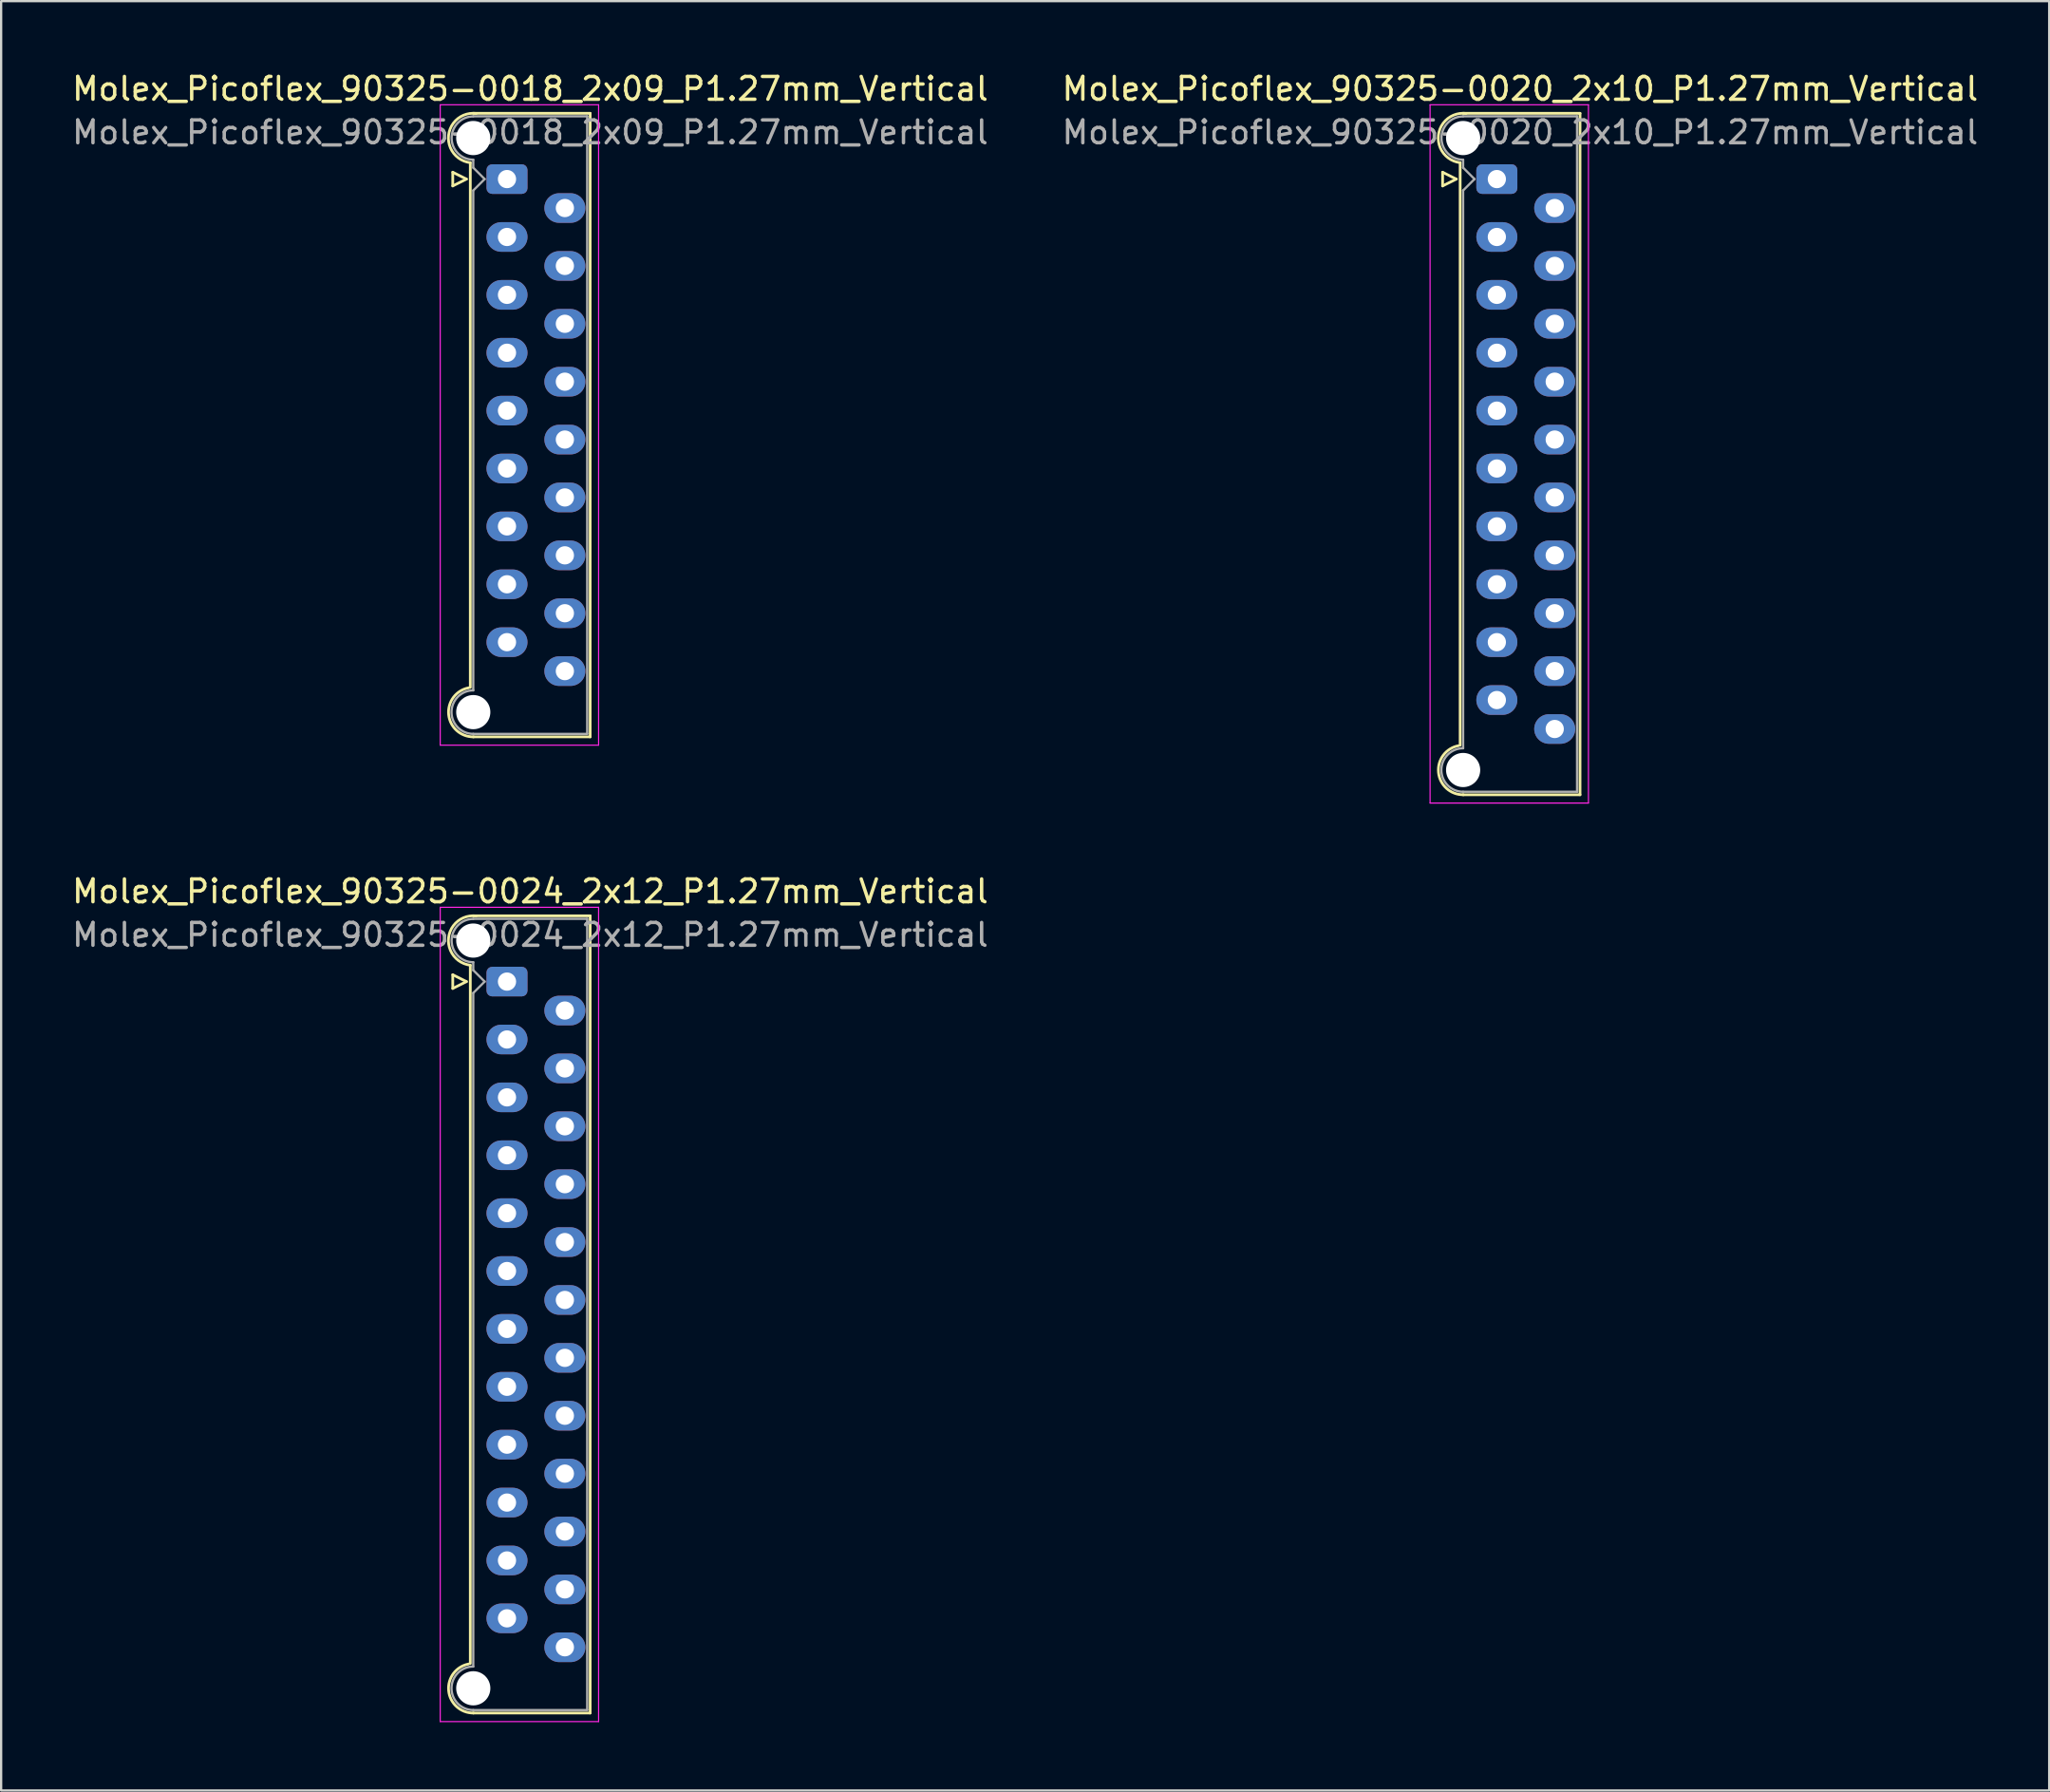
<source format=kicad_pcb>
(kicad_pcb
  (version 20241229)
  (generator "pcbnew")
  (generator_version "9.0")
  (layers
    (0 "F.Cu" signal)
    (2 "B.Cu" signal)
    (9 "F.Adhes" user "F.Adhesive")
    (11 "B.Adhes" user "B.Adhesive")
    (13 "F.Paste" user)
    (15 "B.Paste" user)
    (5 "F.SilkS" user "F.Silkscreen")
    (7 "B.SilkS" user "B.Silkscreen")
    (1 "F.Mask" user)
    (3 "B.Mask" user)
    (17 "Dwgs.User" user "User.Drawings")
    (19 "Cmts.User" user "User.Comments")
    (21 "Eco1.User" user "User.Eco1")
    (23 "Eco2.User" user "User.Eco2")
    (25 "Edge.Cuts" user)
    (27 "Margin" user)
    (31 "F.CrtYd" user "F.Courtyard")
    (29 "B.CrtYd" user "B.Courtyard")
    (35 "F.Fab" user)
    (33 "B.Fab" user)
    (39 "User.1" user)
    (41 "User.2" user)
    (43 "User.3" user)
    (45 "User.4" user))
  (footprint "Molex_Picoflex_90325-0024_2x12_P1.27mm_Vertical"
    (layer "F.Cu")
    (at 19.2 40.022)
    (property "Reference" "Molex_Picoflex_90325-0024_2x12_P1.27mm_Vertical" (at 1.02 -3.96 0) (layer "F.SilkS") (effects (font (size 1 1) (thickness 0.15))))
    (attr through_hole)
    (fp_line (start -2.38 -0.3) (end -2.38 0.3) (stroke (width 0.12) (type solid)) (layer "F.SilkS"))
    (fp_line (start -2.38 0.3) (end -1.78 0) (stroke (width 0.12) (type solid)) (layer "F.SilkS"))
    (fp_line (start -1.78 0) (end -2.38 -0.3) (stroke (width 0.12) (type solid)) (layer "F.SilkS"))
    (fp_line (start -1.61 -0.715) (end -1.61 29.925) (stroke (width 0.12) (type solid)) (layer "F.SilkS"))
    (fp_line (start -1.48 -2.885) (end 3.65 -2.885) (stroke (width 0.12) (type solid)) (layer "F.SilkS"))
    (fp_line (start 3.65 -2.885) (end 3.65 32.095) (stroke (width 0.12) (type solid)) (layer "F.SilkS"))
    (fp_line (start 3.65 32.095) (end -1.48 32.095) (stroke (width 0.12) (type solid)) (layer "F.SilkS"))
    (fp_arc (start -1.61 -0.72) (mid -2.56 -1.93) (end -1.35 -2.88) (stroke (width 0.12) (type solid)) (layer "F.SilkS"))
    (fp_arc (start -1.47 32.095) (mid -2.56 31.114526) (end -1.678256 29.94322) (stroke (width 0.12) (type solid)) (layer "F.SilkS"))
    (fp_line (start -2.93 -3.26) (end -2.93 32.47) (stroke (width 0.05) (type solid)) (layer "F.CrtYd"))
    (fp_line (start -2.93 32.47) (end 4.02 32.47) (stroke (width 0.05) (type solid)) (layer "F.CrtYd"))
    (fp_line (start 4.02 -3.26) (end -2.93 -3.26) (stroke (width 0.05) (type solid)) (layer "F.CrtYd"))
    (fp_line (start 4.02 32.47) (end 4.02 -3.26) (stroke (width 0.05) (type solid)) (layer "F.CrtYd"))
    (fp_line (start -1.48 -2.755) (end 3.52 -2.755) (stroke (width 0.1) (type solid)) (layer "F.Fab"))
    (fp_line (start -1.48 -0.845) (end -1.48 -0.5) (stroke (width 0.1) (type solid)) (layer "F.Fab"))
    (fp_line (start -1.48 -0.5) (end -0.98 0) (stroke (width 0.1) (type solid)) (layer "F.Fab"))
    (fp_line (start -1.48 0.5) (end -1.48 30.055) (stroke (width 0.1) (type solid)) (layer "F.Fab"))
    (fp_line (start -0.98 0) (end -1.48 0.5) (stroke (width 0.1) (type solid)) (layer "F.Fab"))
    (fp_line (start 3.52 -2.755) (end 3.52 31.965) (stroke (width 0.1) (type solid)) (layer "F.Fab"))
    (fp_line (start 3.52 31.965) (end -1.48 31.965) (stroke (width 0.1) (type solid)) (layer "F.Fab"))
    (fp_arc (start -1.48 -0.85) (mid -2.43 -1.8) (end -1.48 -2.75) (stroke (width 0.1) (type solid)) (layer "F.Fab"))
    (fp_arc (start -1.48 31.965) (mid -2.435 31.01) (end -1.48 30.055) (stroke (width 0.1) (type solid)) (layer "F.Fab"))
    (fp_text user "${REFERENCE}" (at 1.02 -2.05 0) (layer "F.Fab") (effects (font (size 1 1) (thickness 0.15))))
    (pad "" np_thru_hole circle (at -1.48 -1.8) (size 1.5 1.5) (drill 1.5) (layers "*.Cu" "*.Mask"))
    (pad "" np_thru_hole circle (at -1.48 31.01) (size 1.5 1.5) (drill 1.5) (layers "*.Cu" "*.Mask"))
    (pad "1" thru_hole roundrect (at 0 0) (size 1.8 1.3) (drill 0.8) (layers "*.Cu" "*.Mask") (roundrect_rratio 0.192))
    (pad "2" thru_hole oval (at 2.54 1.27) (size 1.8 1.3) (drill 0.8) (layers "*.Cu" "*.Mask"))
    (pad "3" thru_hole oval (at 0 2.54) (size 1.8 1.3) (drill 0.8) (layers "*.Cu" "*.Mask"))
    (pad "4" thru_hole oval (at 2.54 3.81) (size 1.8 1.3) (drill 0.8) (layers "*.Cu" "*.Mask"))
    (pad "5" thru_hole oval (at 0 5.08) (size 1.8 1.3) (drill 0.8) (layers "*.Cu" "*.Mask"))
    (pad "6" thru_hole oval (at 2.54 6.35) (size 1.8 1.3) (drill 0.8) (layers "*.Cu" "*.Mask"))
    (pad "7" thru_hole oval (at 0 7.62) (size 1.8 1.3) (drill 0.8) (layers "*.Cu" "*.Mask"))
    (pad "8" thru_hole oval (at 2.54 8.89) (size 1.8 1.3) (drill 0.8) (layers "*.Cu" "*.Mask"))
    (pad "9" thru_hole oval (at 0 10.16) (size 1.8 1.3) (drill 0.8) (layers "*.Cu" "*.Mask"))
    (pad "10" thru_hole oval (at 2.54 11.43) (size 1.8 1.3) (drill 0.8) (layers "*.Cu" "*.Mask"))
    (pad "11" thru_hole oval (at 0 12.7) (size 1.8 1.3) (drill 0.8) (layers "*.Cu" "*.Mask"))
    (pad "12" thru_hole oval (at 2.54 13.97) (size 1.8 1.3) (drill 0.8) (layers "*.Cu" "*.Mask"))
    (pad "13" thru_hole oval (at 0 15.24) (size 1.8 1.3) (drill 0.8) (layers "*.Cu" "*.Mask"))
    (pad "14" thru_hole oval (at 2.54 16.51) (size 1.8 1.3) (drill 0.8) (layers "*.Cu" "*.Mask"))
    (pad "15" thru_hole oval (at 0 17.78) (size 1.8 1.3) (drill 0.8) (layers "*.Cu" "*.Mask"))
    (pad "16" thru_hole oval (at 2.54 19.05) (size 1.8 1.3) (drill 0.8) (layers "*.Cu" "*.Mask"))
    (pad "17" thru_hole oval (at 0 20.32) (size 1.8 1.3) (drill 0.8) (layers "*.Cu" "*.Mask"))
    (pad "18" thru_hole oval (at 2.54 21.59) (size 1.8 1.3) (drill 0.8) (layers "*.Cu" "*.Mask"))
    (pad "19" thru_hole oval (at 0 22.86) (size 1.8 1.3) (drill 0.8) (layers "*.Cu" "*.Mask"))
    (pad "20" thru_hole oval (at 2.54 24.13) (size 1.8 1.3) (drill 0.8) (layers "*.Cu" "*.Mask"))
    (pad "21" thru_hole oval (at 0 25.4) (size 1.8 1.3) (drill 0.8) (layers "*.Cu" "*.Mask"))
    (pad "22" thru_hole oval (at 2.54 26.67) (size 1.8 1.3) (drill 0.8) (layers "*.Cu" "*.Mask"))
    (pad "23" thru_hole oval (at 0 27.94) (size 1.8 1.3) (drill 0.8) (layers "*.Cu" "*.Mask"))
    (pad "24" thru_hole oval (at 2.54 29.21) (size 1.8 1.3) (drill 0.8) (layers "*.Cu" "*.Mask")))
  (footprint "Molex_Picoflex_90325-0020_2x10_P1.27mm_Vertical"
    (layer "F.Cu")
    (at 62.641 4.808)
    (property "Reference" "Molex_Picoflex_90325-0020_2x10_P1.27mm_Vertical" (at 1.02 -3.96 0) (layer "F.SilkS") (effects (font (size 1 1) (thickness 0.15))))
    (attr through_hole)
    (fp_line (start -2.38 -0.3) (end -2.38 0.3) (stroke (width 0.12) (type solid)) (layer "F.SilkS"))
    (fp_line (start -2.38 0.3) (end -1.78 0) (stroke (width 0.12) (type solid)) (layer "F.SilkS"))
    (fp_line (start -1.78 0) (end -2.38 -0.3) (stroke (width 0.12) (type solid)) (layer "F.SilkS"))
    (fp_line (start -1.61 -0.715) (end -1.61 24.845) (stroke (width 0.12) (type solid)) (layer "F.SilkS"))
    (fp_line (start -1.48 -2.885) (end 3.65 -2.885) (stroke (width 0.12) (type solid)) (layer "F.SilkS"))
    (fp_line (start 3.65 -2.885) (end 3.65 27.015) (stroke (width 0.12) (type solid)) (layer "F.SilkS"))
    (fp_line (start 3.65 27.015) (end -1.48 27.015) (stroke (width 0.12) (type solid)) (layer "F.SilkS"))
    (fp_arc (start -1.61 -0.72) (mid -2.56 -1.93) (end -1.35 -2.88) (stroke (width 0.12) (type solid)) (layer "F.SilkS"))
    (fp_arc (start -1.47 27.015) (mid -2.56 26.034526) (end -1.678256 24.86322) (stroke (width 0.12) (type solid)) (layer "F.SilkS"))
    (fp_line (start -2.93 -3.26) (end -2.93 27.38) (stroke (width 0.05) (type solid)) (layer "F.CrtYd"))
    (fp_line (start -2.93 27.38) (end 4.02 27.38) (stroke (width 0.05) (type solid)) (layer "F.CrtYd"))
    (fp_line (start 4.02 -3.26) (end -2.93 -3.26) (stroke (width 0.05) (type solid)) (layer "F.CrtYd"))
    (fp_line (start 4.02 27.38) (end 4.02 -3.26) (stroke (width 0.05) (type solid)) (layer "F.CrtYd"))
    (fp_line (start -1.48 -2.755) (end 3.52 -2.755) (stroke (width 0.1) (type solid)) (layer "F.Fab"))
    (fp_line (start -1.48 -0.845) (end -1.48 -0.5) (stroke (width 0.1) (type solid)) (layer "F.Fab"))
    (fp_line (start -1.48 -0.5) (end -0.98 0) (stroke (width 0.1) (type solid)) (layer "F.Fab"))
    (fp_line (start -1.48 0.5) (end -1.48 24.975) (stroke (width 0.1) (type solid)) (layer "F.Fab"))
    (fp_line (start -0.98 0) (end -1.48 0.5) (stroke (width 0.1) (type solid)) (layer "F.Fab"))
    (fp_line (start 3.52 -2.755) (end 3.52 26.885) (stroke (width 0.1) (type solid)) (layer "F.Fab"))
    (fp_line (start 3.52 26.885) (end -1.48 26.885) (stroke (width 0.1) (type solid)) (layer "F.Fab"))
    (fp_arc (start -1.48 -0.85) (mid -2.43 -1.8) (end -1.48 -2.75) (stroke (width 0.1) (type solid)) (layer "F.Fab"))
    (fp_arc (start -1.48 26.885) (mid -2.435 25.93) (end -1.48 24.975) (stroke (width 0.1) (type solid)) (layer "F.Fab"))
    (fp_text user "${REFERENCE}" (at 1.02 -2.05 0) (layer "F.Fab") (effects (font (size 1 1) (thickness 0.15))))
    (pad "" np_thru_hole circle (at -1.48 -1.8) (size 1.5 1.5) (drill 1.5) (layers "*.Cu" "*.Mask"))
    (pad "" np_thru_hole circle (at -1.48 25.93) (size 1.5 1.5) (drill 1.5) (layers "*.Cu" "*.Mask"))
    (pad "1" thru_hole roundrect (at 0 0) (size 1.8 1.3) (drill 0.8) (layers "*.Cu" "*.Mask") (roundrect_rratio 0.192))
    (pad "2" thru_hole oval (at 2.54 1.27) (size 1.8 1.3) (drill 0.8) (layers "*.Cu" "*.Mask"))
    (pad "3" thru_hole oval (at 0 2.54) (size 1.8 1.3) (drill 0.8) (layers "*.Cu" "*.Mask"))
    (pad "4" thru_hole oval (at 2.54 3.81) (size 1.8 1.3) (drill 0.8) (layers "*.Cu" "*.Mask"))
    (pad "5" thru_hole oval (at 0 5.08) (size 1.8 1.3) (drill 0.8) (layers "*.Cu" "*.Mask"))
    (pad "6" thru_hole oval (at 2.54 6.35) (size 1.8 1.3) (drill 0.8) (layers "*.Cu" "*.Mask"))
    (pad "7" thru_hole oval (at 0 7.62) (size 1.8 1.3) (drill 0.8) (layers "*.Cu" "*.Mask"))
    (pad "8" thru_hole oval (at 2.54 8.89) (size 1.8 1.3) (drill 0.8) (layers "*.Cu" "*.Mask"))
    (pad "9" thru_hole oval (at 0 10.16) (size 1.8 1.3) (drill 0.8) (layers "*.Cu" "*.Mask"))
    (pad "10" thru_hole oval (at 2.54 11.43) (size 1.8 1.3) (drill 0.8) (layers "*.Cu" "*.Mask"))
    (pad "11" thru_hole oval (at 0 12.7) (size 1.8 1.3) (drill 0.8) (layers "*.Cu" "*.Mask"))
    (pad "12" thru_hole oval (at 2.54 13.97) (size 1.8 1.3) (drill 0.8) (layers "*.Cu" "*.Mask"))
    (pad "13" thru_hole oval (at 0 15.24) (size 1.8 1.3) (drill 0.8) (layers "*.Cu" "*.Mask"))
    (pad "14" thru_hole oval (at 2.54 16.51) (size 1.8 1.3) (drill 0.8) (layers "*.Cu" "*.Mask"))
    (pad "15" thru_hole oval (at 0 17.78) (size 1.8 1.3) (drill 0.8) (layers "*.Cu" "*.Mask"))
    (pad "16" thru_hole oval (at 2.54 19.05) (size 1.8 1.3) (drill 0.8) (layers "*.Cu" "*.Mask"))
    (pad "17" thru_hole oval (at 0 20.32) (size 1.8 1.3) (drill 0.8) (layers "*.Cu" "*.Mask"))
    (pad "18" thru_hole oval (at 2.54 21.59) (size 1.8 1.3) (drill 0.8) (layers "*.Cu" "*.Mask"))
    (pad "19" thru_hole oval (at 0 22.86) (size 1.8 1.3) (drill 0.8) (layers "*.Cu" "*.Mask"))
    (pad "20" thru_hole oval (at 2.54 24.13) (size 1.8 1.3) (drill 0.8) (layers "*.Cu" "*.Mask")))
  (footprint "Molex_Picoflex_90325-0018_2x09_P1.27mm_Vertical"
    (layer "F.Cu")
    (at 19.2 4.808)
    (property "Reference" "Molex_Picoflex_90325-0018_2x09_P1.27mm_Vertical" (at 1.02 -3.96 0) (layer "F.SilkS") (effects (font (size 1 1) (thickness 0.15))))
    (attr through_hole)
    (fp_line (start -2.38 -0.3) (end -2.38 0.3) (stroke (width 0.12) (type solid)) (layer "F.SilkS"))
    (fp_line (start -2.38 0.3) (end -1.78 0) (stroke (width 0.12) (type solid)) (layer "F.SilkS"))
    (fp_line (start -1.78 0) (end -2.38 -0.3) (stroke (width 0.12) (type solid)) (layer "F.SilkS"))
    (fp_line (start -1.61 -0.715) (end -1.61 22.305) (stroke (width 0.12) (type solid)) (layer "F.SilkS"))
    (fp_line (start -1.48 -2.885) (end 3.65 -2.885) (stroke (width 0.12) (type solid)) (layer "F.SilkS"))
    (fp_line (start 3.65 -2.885) (end 3.65 24.475) (stroke (width 0.12) (type solid)) (layer "F.SilkS"))
    (fp_line (start 3.65 24.475) (end -1.48 24.475) (stroke (width 0.12) (type solid)) (layer "F.SilkS"))
    (fp_arc (start -1.61 -0.72) (mid -2.56 -1.93) (end -1.35 -2.88) (stroke (width 0.12) (type solid)) (layer "F.SilkS"))
    (fp_arc (start -1.47 24.475) (mid -2.56 23.494526) (end -1.678256 22.32322) (stroke (width 0.12) (type solid)) (layer "F.SilkS"))
    (fp_line (start -2.93 -3.26) (end -2.93 24.84) (stroke (width 0.05) (type solid)) (layer "F.CrtYd"))
    (fp_line (start -2.93 24.84) (end 4.02 24.84) (stroke (width 0.05) (type solid)) (layer "F.CrtYd"))
    (fp_line (start 4.02 -3.26) (end -2.93 -3.26) (stroke (width 0.05) (type solid)) (layer "F.CrtYd"))
    (fp_line (start 4.02 24.84) (end 4.02 -3.26) (stroke (width 0.05) (type solid)) (layer "F.CrtYd"))
    (fp_line (start -1.48 -2.755) (end 3.52 -2.755) (stroke (width 0.1) (type solid)) (layer "F.Fab"))
    (fp_line (start -1.48 -0.845) (end -1.48 -0.5) (stroke (width 0.1) (type solid)) (layer "F.Fab"))
    (fp_line (start -1.48 -0.5) (end -0.98 0) (stroke (width 0.1) (type solid)) (layer "F.Fab"))
    (fp_line (start -1.48 0.5) (end -1.48 22.435) (stroke (width 0.1) (type solid)) (layer "F.Fab"))
    (fp_line (start -0.98 0) (end -1.48 0.5) (stroke (width 0.1) (type solid)) (layer "F.Fab"))
    (fp_line (start 3.52 -2.755) (end 3.52 24.345) (stroke (width 0.1) (type solid)) (layer "F.Fab"))
    (fp_line (start 3.52 24.345) (end -1.48 24.345) (stroke (width 0.1) (type solid)) (layer "F.Fab"))
    (fp_arc (start -1.48 -0.85) (mid -2.43 -1.8) (end -1.48 -2.75) (stroke (width 0.1) (type solid)) (layer "F.Fab"))
    (fp_arc (start -1.48 24.345) (mid -2.435 23.39) (end -1.48 22.435) (stroke (width 0.1) (type solid)) (layer "F.Fab"))
    (fp_text user "${REFERENCE}" (at 1.02 -2.05 0) (layer "F.Fab") (effects (font (size 1 1) (thickness 0.15))))
    (pad "" np_thru_hole circle (at -1.48 -1.8) (size 1.5 1.5) (drill 1.5) (layers "*.Cu" "*.Mask"))
    (pad "" np_thru_hole circle (at -1.48 23.39) (size 1.5 1.5) (drill 1.5) (layers "*.Cu" "*.Mask"))
    (pad "1" thru_hole roundrect (at 0 0) (size 1.8 1.3) (drill 0.8) (layers "*.Cu" "*.Mask") (roundrect_rratio 0.192))
    (pad "2" thru_hole oval (at 2.54 1.27) (size 1.8 1.3) (drill 0.8) (layers "*.Cu" "*.Mask"))
    (pad "3" thru_hole oval (at 0 2.54) (size 1.8 1.3) (drill 0.8) (layers "*.Cu" "*.Mask"))
    (pad "4" thru_hole oval (at 2.54 3.81) (size 1.8 1.3) (drill 0.8) (layers "*.Cu" "*.Mask"))
    (pad "5" thru_hole oval (at 0 5.08) (size 1.8 1.3) (drill 0.8) (layers "*.Cu" "*.Mask"))
    (pad "6" thru_hole oval (at 2.54 6.35) (size 1.8 1.3) (drill 0.8) (layers "*.Cu" "*.Mask"))
    (pad "7" thru_hole oval (at 0 7.62) (size 1.8 1.3) (drill 0.8) (layers "*.Cu" "*.Mask"))
    (pad "8" thru_hole oval (at 2.54 8.89) (size 1.8 1.3) (drill 0.8) (layers "*.Cu" "*.Mask"))
    (pad "9" thru_hole oval (at 0 10.16) (size 1.8 1.3) (drill 0.8) (layers "*.Cu" "*.Mask"))
    (pad "10" thru_hole oval (at 2.54 11.43) (size 1.8 1.3) (drill 0.8) (layers "*.Cu" "*.Mask"))
    (pad "11" thru_hole oval (at 0 12.7) (size 1.8 1.3) (drill 0.8) (layers "*.Cu" "*.Mask"))
    (pad "12" thru_hole oval (at 2.54 13.97) (size 1.8 1.3) (drill 0.8) (layers "*.Cu" "*.Mask"))
    (pad "13" thru_hole oval (at 0 15.24) (size 1.8 1.3) (drill 0.8) (layers "*.Cu" "*.Mask"))
    (pad "14" thru_hole oval (at 2.54 16.51) (size 1.8 1.3) (drill 0.8) (layers "*.Cu" "*.Mask"))
    (pad "15" thru_hole oval (at 0 17.78) (size 1.8 1.3) (drill 0.8) (layers "*.Cu" "*.Mask"))
    (pad "16" thru_hole oval (at 2.54 19.05) (size 1.8 1.3) (drill 0.8) (layers "*.Cu" "*.Mask"))
    (pad "17" thru_hole oval (at 0 20.32) (size 1.8 1.3) (drill 0.8) (layers "*.Cu" "*.Mask"))
    (pad "18" thru_hole oval (at 2.54 21.59) (size 1.8 1.3) (drill 0.8) (layers "*.Cu" "*.Mask")))
  (gr_rect
    (start -3 -3)
    (end 86.881 75.516)
    (stroke (width 0.1) (type default))
    (fill no)
    (layer "Edge.Cuts")))
</source>
